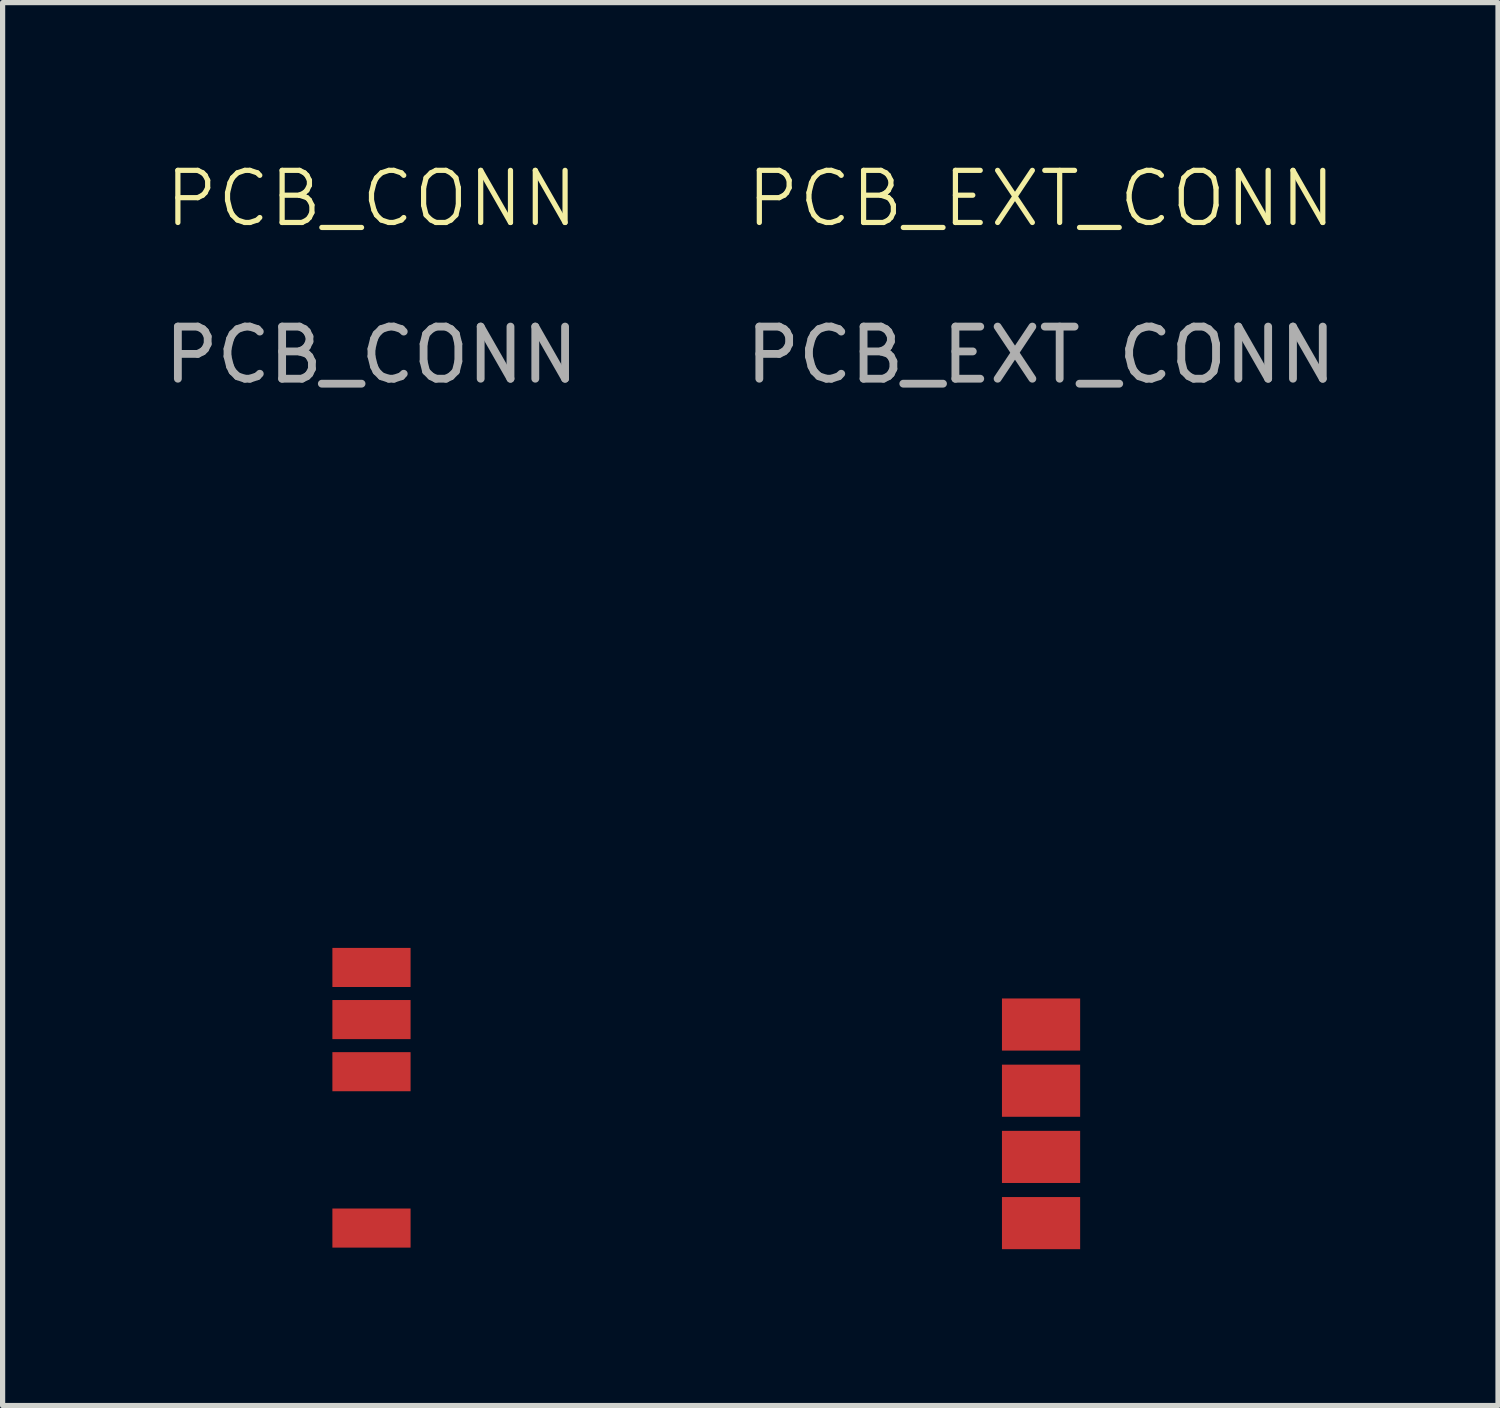
<source format=kicad_pcb>
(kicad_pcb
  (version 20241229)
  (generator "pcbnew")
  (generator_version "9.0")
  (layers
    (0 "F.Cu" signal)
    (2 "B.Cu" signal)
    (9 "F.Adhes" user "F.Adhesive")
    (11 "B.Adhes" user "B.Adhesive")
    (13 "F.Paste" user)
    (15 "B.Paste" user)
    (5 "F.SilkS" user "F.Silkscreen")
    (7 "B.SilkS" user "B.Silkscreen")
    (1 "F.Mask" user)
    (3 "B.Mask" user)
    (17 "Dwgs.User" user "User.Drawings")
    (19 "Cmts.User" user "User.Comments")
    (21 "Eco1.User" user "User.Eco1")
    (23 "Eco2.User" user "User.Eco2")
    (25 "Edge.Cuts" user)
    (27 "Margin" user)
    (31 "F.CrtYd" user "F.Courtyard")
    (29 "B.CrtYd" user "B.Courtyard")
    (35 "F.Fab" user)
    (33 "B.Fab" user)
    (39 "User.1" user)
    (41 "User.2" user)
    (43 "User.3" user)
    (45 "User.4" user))
  (footprint "PCB_CONN"
    (layer "F.Cu")
    (at 4.077 18.011)
    (property "Reference" "PCB_CONN" (at 0 -17.25 0) (unlocked yes) (layer "F.SilkS") (effects (font (size 1 1) (thickness 0.1))))
    (attr smd)
    (fp_text user "${REFERENCE}" (at 0 -14.25 0) (unlocked yes) (layer "F.Fab") (effects (font (size 1 1) (thickness 0.15))))
    (pad "1" smd rect (at 0 -2.5) (size 1.5 0.75) (layers "F.Cu" "F.Mask" "F.Paste"))
    (pad "2" smd rect (at 0 -1.5) (size 1.5 0.75) (layers "F.Cu" "F.Mask" "F.Paste"))
    (pad "3" smd rect (at 0 -0.5) (size 1.5 0.75) (layers "F.Cu" "F.Mask" "F.Paste"))
    (pad "4" smd rect (at 0 2.5) (size 1.5 0.75) (layers "F.Cu" "F.Mask" "F.Paste")))
  (footprint "PCB_EXT_CONN"
    (layer "F.Cu")
    (at 16.923 18.511)
    (property "Reference" "PCB_EXT_CONN" (at 0 -17.75 0) (unlocked yes) (layer "F.SilkS") (effects (font (size 1 1) (thickness 0.1))))
    (attr smd)
    (fp_text user "${REFERENCE}" (at 0 -14.75 0) (unlocked yes) (layer "F.Fab") (effects (font (size 1 1) (thickness 0.15))))
    (pad "1" smd rect (at 0 -1.905) (size 1.5 1) (layers "F.Cu" "F.Mask" "F.Paste"))
    (pad "2" smd rect (at 0 -0.635) (size 1.5 1) (layers "F.Cu" "F.Mask" "F.Paste"))
    (pad "3" smd rect (at 0 0.635) (size 1.5 1) (layers "F.Cu" "F.Mask" "F.Paste"))
    (pad "4" smd rect (at 0 1.905) (size 1.5 1) (layers "F.Cu" "F.Mask" "F.Paste")))
  (gr_rect
    (start -3 -3)
    (end 25.69 23.916)
    (stroke (width 0.1) (type default))
    (fill no)
    (layer "Edge.Cuts")))
</source>
